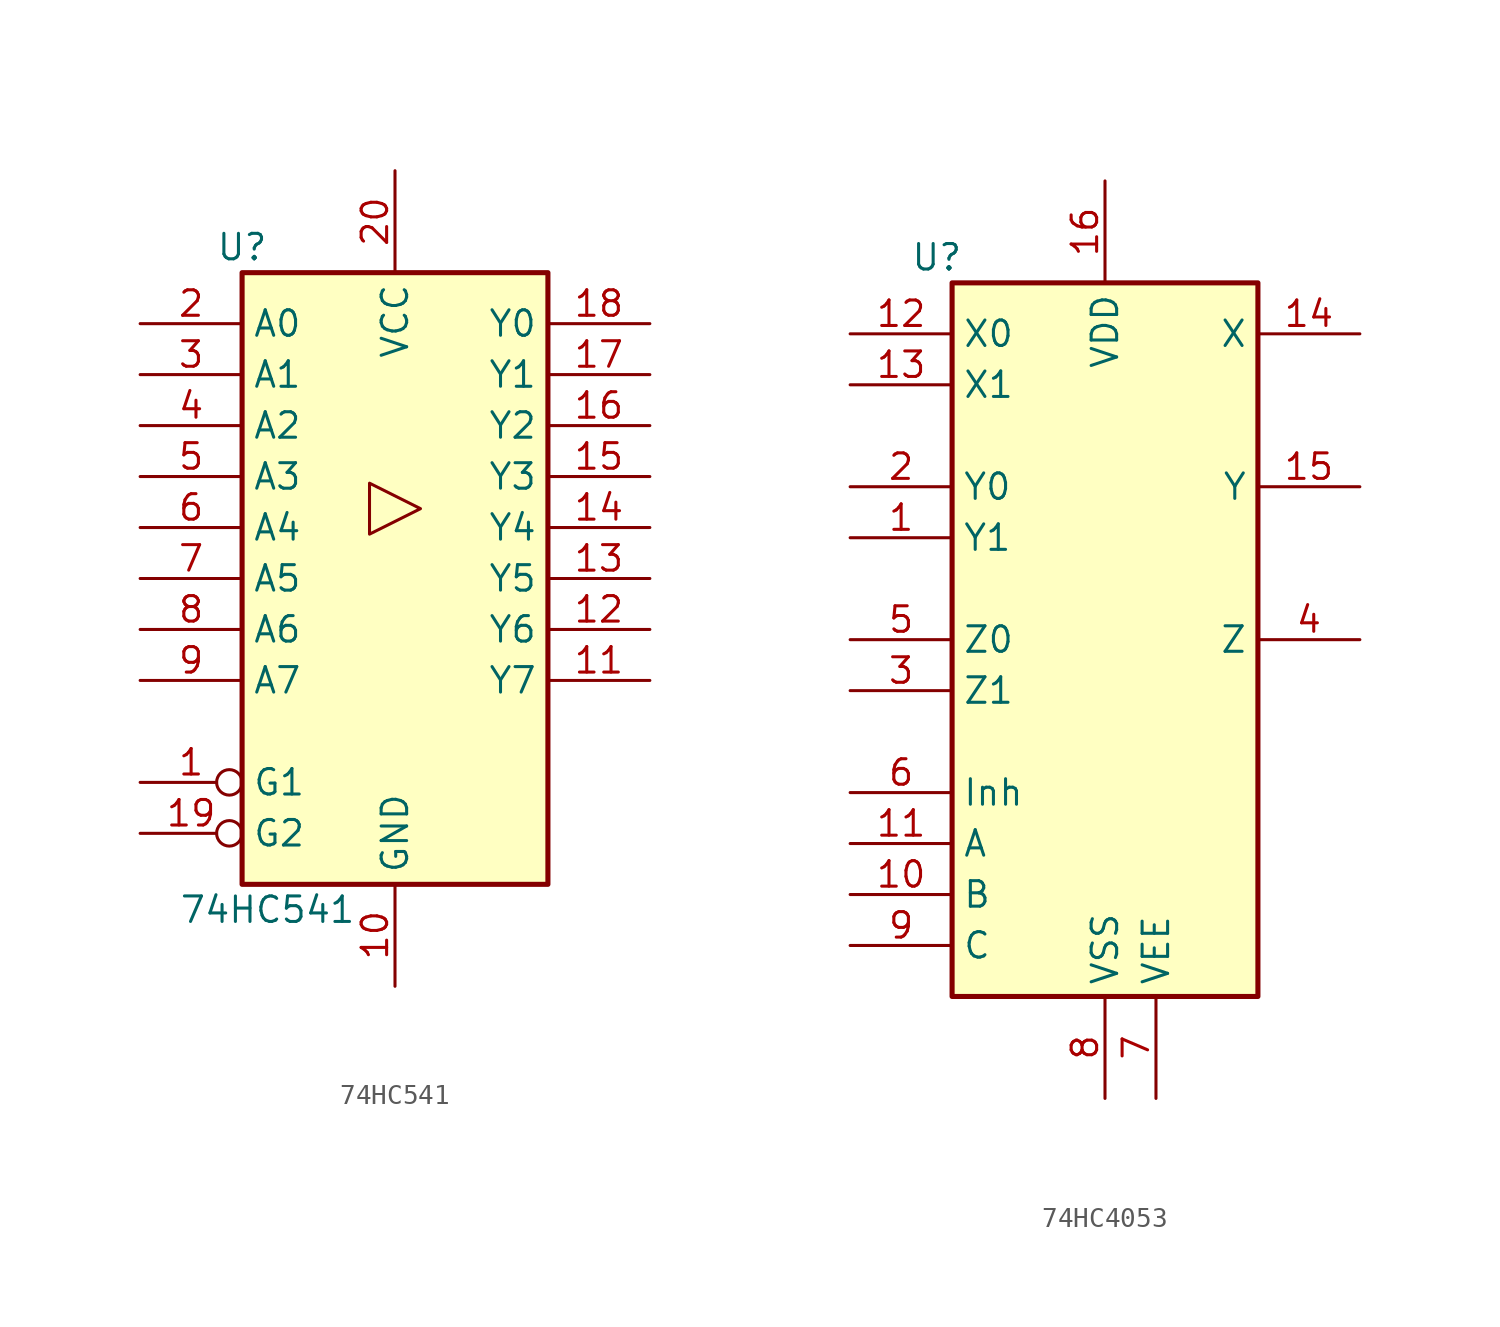
<source format=kicad_sym>
(kicad_symbol_lib
  (version 20231120)
  (generator "kicad_symbol_editor")
  (generator_version "8.0")
  (symbol "74HC541"
    (property "Reference" "U"
      (at -7.62 15.24 0)
      (effects (font (size 1.27 1.27))))
    (property "Value" "74HC541"
      (at -6.35 -17.78 0)
      (effects (font (size 1.27 1.27))))
    (symbol "74HC541_1_0"
      (polyline (pts (xy 1.27 2.21) (xy -1.27 3.48) (xy -1.27 0.94) (xy 1.27 2.21)) (stroke (width 0.152) (type default)) (fill (type none)))
      (pin input inverted (at -12.7 -11.43 0) (length 5.08) (name "G1" (effects (font (size 1.27 1.27)))) (number "1" (effects (font (size 1.27 1.27)))))
      (pin power_in line (at 0 -21.59 90) (length 5.08) (name "GND" (effects (font (size 1.27 1.27)))) (number "10" (effects (font (size 1.27 1.27)))))
      (pin tri_state line (at 12.7 -6.35 180) (length 5.08) (name "Y7" (effects (font (size 1.27 1.27)))) (number "11" (effects (font (size 1.27 1.27)))))
      (pin tri_state line (at 12.7 -3.81 180) (length 5.08) (name "Y6" (effects (font (size 1.27 1.27)))) (number "12" (effects (font (size 1.27 1.27)))))
      (pin tri_state line (at 12.7 -1.27 180) (length 5.08) (name "Y5" (effects (font (size 1.27 1.27)))) (number "13" (effects (font (size 1.27 1.27)))))
      (pin tri_state line (at 12.7 1.27 180) (length 5.08) (name "Y4" (effects (font (size 1.27 1.27)))) (number "14" (effects (font (size 1.27 1.27)))))
      (pin tri_state line (at 12.7 3.81 180) (length 5.08) (name "Y3" (effects (font (size 1.27 1.27)))) (number "15" (effects (font (size 1.27 1.27)))))
      (pin tri_state line (at 12.7 6.35 180) (length 5.08) (name "Y2" (effects (font (size 1.27 1.27)))) (number "16" (effects (font (size 1.27 1.27)))))
      (pin tri_state line (at 12.7 8.89 180) (length 5.08) (name "Y1" (effects (font (size 1.27 1.27)))) (number "17" (effects (font (size 1.27 1.27)))))
      (pin tri_state line (at 12.7 11.43 180) (length 5.08) (name "Y0" (effects (font (size 1.27 1.27)))) (number "18" (effects (font (size 1.27 1.27)))))
      (pin input inverted (at -12.7 -13.97 0) (length 5.08) (name "G2" (effects (font (size 1.27 1.27)))) (number "19" (effects (font (size 1.27 1.27)))))
      (pin input line (at -12.7 11.43 0) (length 5.08) (name "A0" (effects (font (size 1.27 1.27)))) (number "2" (effects (font (size 1.27 1.27)))))
      (pin power_in line (at 0 19.05 270) (length 5.08) (name "VCC" (effects (font (size 1.27 1.27)))) (number "20" (effects (font (size 1.27 1.27)))))
      (pin input line (at -12.7 8.89 0) (length 5.08) (name "A1" (effects (font (size 1.27 1.27)))) (number "3" (effects (font (size 1.27 1.27)))))
      (pin input line (at -12.7 6.35 0) (length 5.08) (name "A2" (effects (font (size 1.27 1.27)))) (number "4" (effects (font (size 1.27 1.27)))))
      (pin input line (at -12.7 3.81 0) (length 5.08) (name "A3" (effects (font (size 1.27 1.27)))) (number "5" (effects (font (size 1.27 1.27)))))
      (pin input line (at -12.7 1.27 0) (length 5.08) (name "A4" (effects (font (size 1.27 1.27)))) (number "6" (effects (font (size 1.27 1.27)))))
      (pin input line (at -12.7 -1.27 0) (length 5.08) (name "A5" (effects (font (size 1.27 1.27)))) (number "7" (effects (font (size 1.27 1.27)))))
      (pin input line (at -12.7 -3.81 0) (length 5.08) (name "A6" (effects (font (size 1.27 1.27)))) (number "8" (effects (font (size 1.27 1.27)))))
      (pin input line (at -12.7 -6.35 0) (length 5.08) (name "A7" (effects (font (size 1.27 1.27)))) (number "9" (effects (font (size 1.27 1.27))))))
    (symbol "74HC541_1_1"
      (rectangle (start -7.62 13.97) (end 7.62 -16.51) (stroke (width 0.254) (type default)) (fill (type background)))))
  (symbol "74HC4053"
    (property "Reference" "U"
      (at -8.382 19.05 0)
      (effects (font (size 1.27 1.27))))
    (property "Value" ""
      (at 0 -1.27 0)
      (effects (font (size 1.27 1.27))))
    (symbol "74HC4053_1_0"
      (pin passive line (at -12.7 5.08 0) (length 5.08) (name "Y1" (effects (font (size 1.27 1.27)))) (number "1" (effects (font (size 1.27 1.27)))))
      (pin input line (at -12.7 -12.7 0) (length 5.08) (name "B" (effects (font (size 1.27 1.27)))) (number "10" (effects (font (size 1.27 1.27)))))
      (pin input line (at -12.7 -10.16 0) (length 5.08) (name "A" (effects (font (size 1.27 1.27)))) (number "11" (effects (font (size 1.27 1.27)))))
      (pin passive line (at -12.7 15.24 0) (length 5.08) (name "X0" (effects (font (size 1.27 1.27)))) (number "12" (effects (font (size 1.27 1.27)))))
      (pin passive line (at -12.7 12.7 0) (length 5.08) (name "X1" (effects (font (size 1.27 1.27)))) (number "13" (effects (font (size 1.27 1.27)))))
      (pin passive line (at 12.7 15.24 180) (length 5.08) (name "X" (effects (font (size 1.27 1.27)))) (number "14" (effects (font (size 1.27 1.27)))))
      (pin passive line (at 12.7 7.62 180) (length 5.08) (name "Y" (effects (font (size 1.27 1.27)))) (number "15" (effects (font (size 1.27 1.27)))))
      (pin power_in line (at 0 22.86 270) (length 5.08) (name "VDD" (effects (font (size 1.27 1.27)))) (number "16" (effects (font (size 1.27 1.27)))))
      (pin passive line (at -12.7 7.62 0) (length 5.08) (name "Y0" (effects (font (size 1.27 1.27)))) (number "2" (effects (font (size 1.27 1.27)))))
      (pin passive line (at -12.7 -2.54 0) (length 5.08) (name "Z1" (effects (font (size 1.27 1.27)))) (number "3" (effects (font (size 1.27 1.27)))))
      (pin passive line (at 12.7 0 180) (length 5.08) (name "Z" (effects (font (size 1.27 1.27)))) (number "4" (effects (font (size 1.27 1.27)))))
      (pin passive line (at -12.7 0 0) (length 5.08) (name "Z0" (effects (font (size 1.27 1.27)))) (number "5" (effects (font (size 1.27 1.27)))))
      (pin input line (at -12.7 -7.62 0) (length 5.08) (name "Inh" (effects (font (size 1.27 1.27)))) (number "6" (effects (font (size 1.27 1.27)))))
      (pin power_in line (at 2.54 -22.86 90) (length 5.08) (name "VEE" (effects (font (size 1.27 1.27)))) (number "7" (effects (font (size 1.27 1.27)))))
      (pin power_in line (at 0 -22.86 90) (length 5.08) (name "VSS" (effects (font (size 1.27 1.27)))) (number "8" (effects (font (size 1.27 1.27)))))
      (pin input line (at -12.7 -15.24 0) (length 5.08) (name "C" (effects (font (size 1.27 1.27)))) (number "9" (effects (font (size 1.27 1.27))))))
    (symbol "74HC4053_1_1"
      (rectangle (start -7.62 17.78) (end 7.62 -17.78) (stroke (width 0.254) (type default)) (fill (type background))))))
</source>
